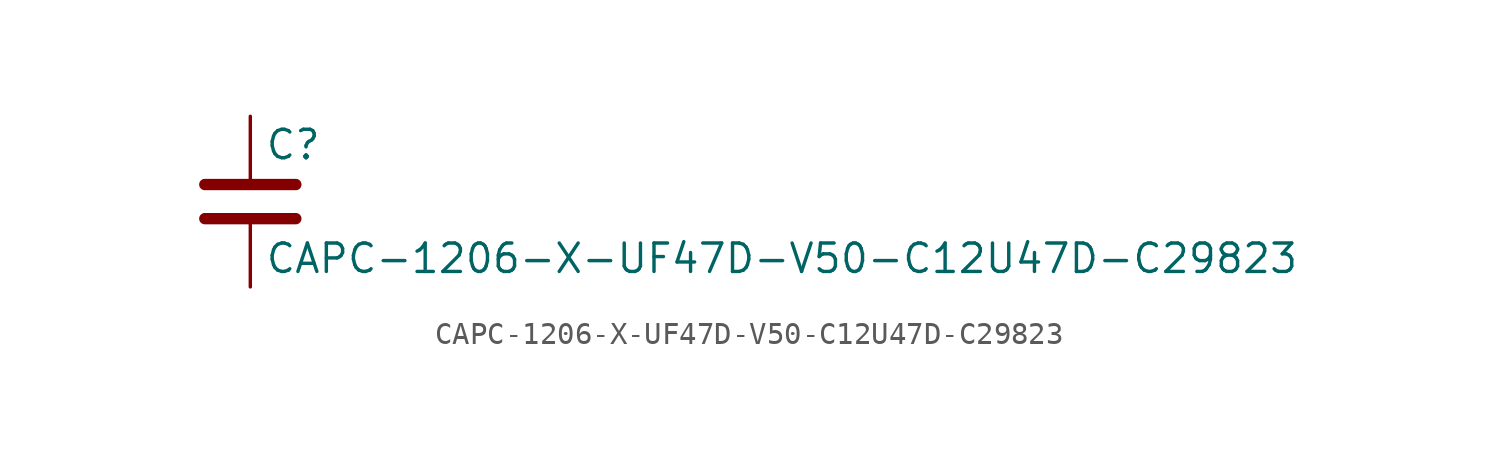
<source format=kicad_sym>
(kicad_symbol_lib
  (version 20211014)
  (generator kicad_symbol_editor)
  (symbol "CAPC-1206-X-UF47D-V50-C12U47D-C29823"
    (pin_numbers hide)
    (pin_names
      (offset 0.254))
    (property "Reference" "C"
      (at 0.635 2.54 0)
      (effects (font (size 1.27 1.27)) (justify left)))
    (property "Value" "CAPC-1206-X-UF47D-V50-C12U47D-C29823"
      (at 0.635 -2.54 0)
      (effects (font (size 1.27 1.27)) (justify left)))
    (symbol "CAPC-1206-X-UF47D-V50-C12U47D-C29823_0_1"
      (polyline (pts (xy -2.032 -0.762) (xy 2.032 -0.762)) (stroke (width 0.508) (type default) (color 0 0 0 0)) (fill (type none)))
      (polyline (pts (xy -2.032 0.762) (xy 2.032 0.762)) (stroke (width 0.508) (type default) (color 0 0 0 0)) (fill (type none))))
    (symbol "CAPC-1206-X-UF47D-V50-C12U47D-C29823_1_1"
      (pin passive line (at 0 3.81 270) (length 2.794) (name "~" (effects (font (size 1.27 1.27)))) (number "1" (effects (font (size 1.27 1.27)))))
      (pin passive line (at 0 -3.81 90) (length 2.794) (name "~" (effects (font (size 1.27 1.27)))) (number "2" (effects (font (size 1.27 1.27))))))))
</source>
